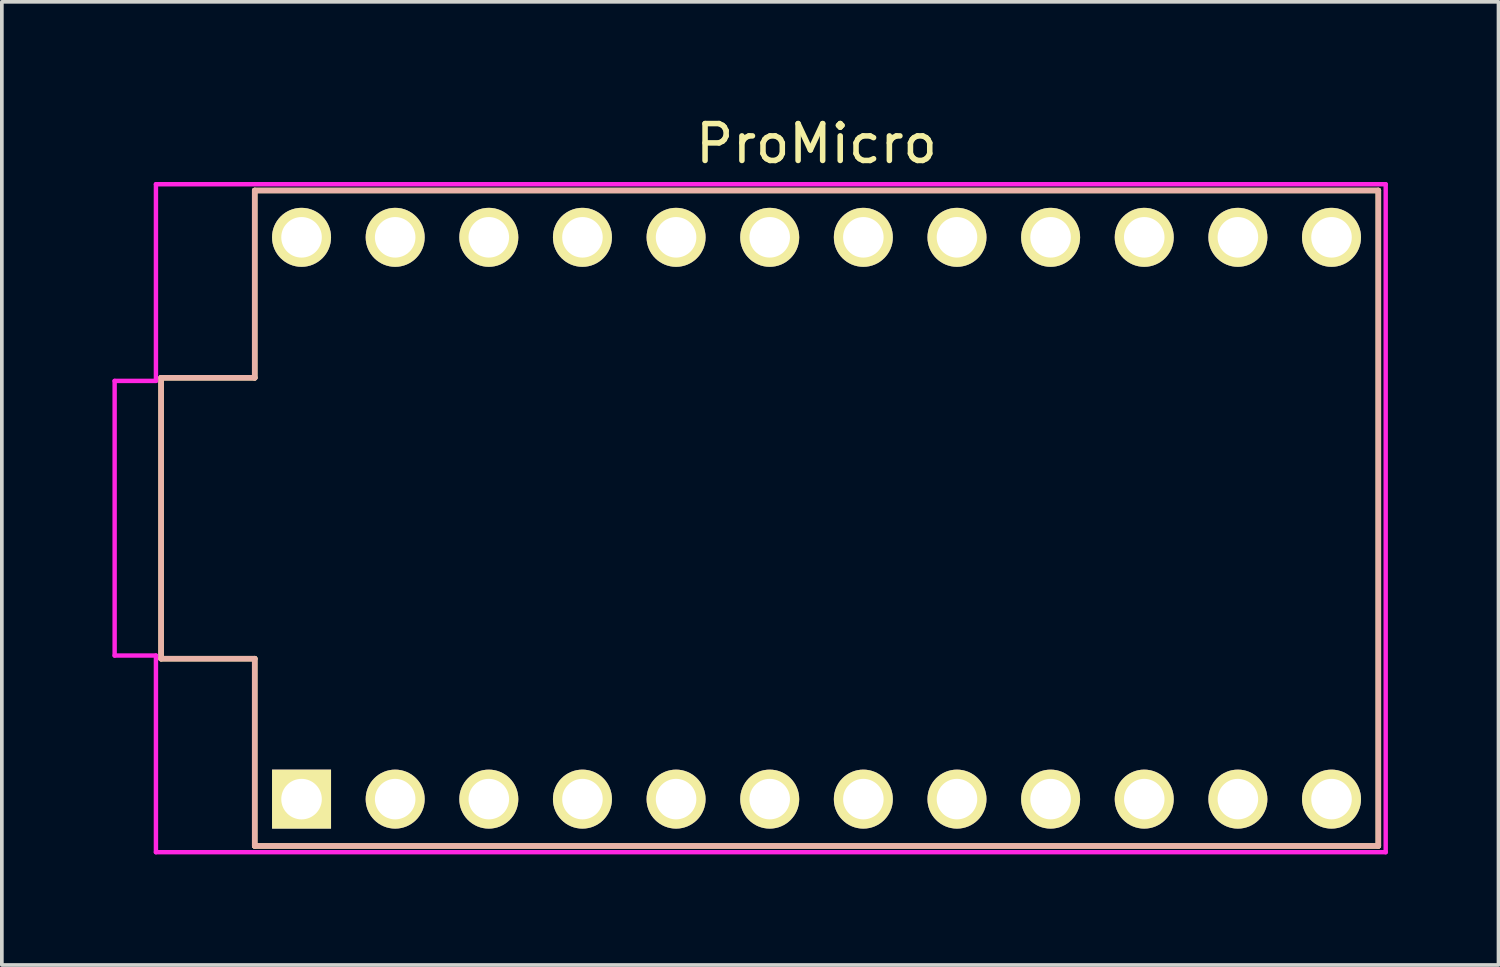
<source format=kicad_pcb>
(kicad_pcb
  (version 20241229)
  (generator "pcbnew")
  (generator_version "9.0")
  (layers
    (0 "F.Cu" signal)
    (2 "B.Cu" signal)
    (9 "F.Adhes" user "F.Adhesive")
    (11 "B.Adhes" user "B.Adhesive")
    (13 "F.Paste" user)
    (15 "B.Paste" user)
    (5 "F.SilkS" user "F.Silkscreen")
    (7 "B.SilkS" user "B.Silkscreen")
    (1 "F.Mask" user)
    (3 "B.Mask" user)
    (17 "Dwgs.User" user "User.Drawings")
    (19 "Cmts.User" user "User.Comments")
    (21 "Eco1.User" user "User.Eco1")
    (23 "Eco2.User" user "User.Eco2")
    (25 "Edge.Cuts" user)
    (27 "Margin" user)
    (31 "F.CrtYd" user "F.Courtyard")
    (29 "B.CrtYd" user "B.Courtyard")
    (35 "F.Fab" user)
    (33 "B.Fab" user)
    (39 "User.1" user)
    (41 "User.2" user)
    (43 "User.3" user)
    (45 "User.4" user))
  (footprint "ProMicro"
    (layer "F.Cu")
    (at 19.1 11.008)
    (property "Reference" "ProMicro" (at 0 -10.16 0) (layer "F.SilkS") (effects (font (size 1 1) (thickness 0.15))))
    (attr through_hole)
    (fp_line (start -17.78 -3.81) (end -15.24 -3.81) (stroke (width 0.15) (type solid)) (layer "F.SilkS"))
    (fp_line (start -17.78 3.81) (end -17.78 -3.81) (stroke (width 0.15) (type solid)) (layer "F.SilkS"))
    (fp_line (start -15.24 -8.89) (end 15.24 -8.89) (stroke (width 0.15) (type solid)) (layer "F.SilkS"))
    (fp_line (start -15.24 -3.81) (end -15.24 -8.89) (stroke (width 0.15) (type solid)) (layer "F.SilkS"))
    (fp_line (start -15.24 3.81) (end -17.78 3.81) (stroke (width 0.15) (type solid)) (layer "F.SilkS"))
    (fp_line (start -15.24 8.89) (end -15.24 3.81) (stroke (width 0.15) (type solid)) (layer "F.SilkS"))
    (fp_line (start -15.24 8.89) (end 15.24 8.89) (stroke (width 0.15) (type solid)) (layer "F.SilkS"))
    (fp_line (start 15.24 -8.89) (end 15.24 8.89) (stroke (width 0.15) (type solid)) (layer "F.SilkS"))
    (fp_line (start -17.78 -3.81) (end -15.24 -3.81) (stroke (width 0.15) (type solid)) (layer "B.SilkS"))
    (fp_line (start -17.78 3.81) (end -17.78 -3.81) (stroke (width 0.15) (type solid)) (layer "B.SilkS"))
    (fp_line (start -15.24 -8.89) (end 15.24 -8.89) (stroke (width 0.15) (type solid)) (layer "B.SilkS"))
    (fp_line (start -15.24 -3.81) (end -15.24 -8.89) (stroke (width 0.15) (type solid)) (layer "B.SilkS"))
    (fp_line (start -15.24 3.81) (end -17.78 3.81) (stroke (width 0.15) (type solid)) (layer "B.SilkS"))
    (fp_line (start -15.24 8.89) (end -15.24 3.81) (stroke (width 0.15) (type solid)) (layer "B.SilkS"))
    (fp_line (start 15.24 -8.89) (end 15.24 8.89) (stroke (width 0.15) (type solid)) (layer "B.SilkS"))
    (fp_line (start 15.24 8.89) (end -15.24 8.89) (stroke (width 0.15) (type solid)) (layer "B.SilkS"))
    (fp_line (start -19.04 -3.725) (end -19.04 3.725) (stroke (width 0.12) (type solid)) (layer "F.CrtYd"))
    (fp_line (start -17.92 -9.06) (end -17.92 -3.725) (stroke (width 0.12) (type solid)) (layer "F.CrtYd"))
    (fp_line (start -17.92 -9.06) (end 15.44 -9.06) (stroke (width 0.12) (type solid)) (layer "F.CrtYd"))
    (fp_line (start -17.92 -3.725) (end -19.04 -3.725) (stroke (width 0.12) (type solid)) (layer "F.CrtYd"))
    (fp_line (start -17.92 3.725) (end -19.04 3.725) (stroke (width 0.12) (type solid)) (layer "F.CrtYd"))
    (fp_line (start -17.92 3.725) (end -17.92 9.06) (stroke (width 0.12) (type solid)) (layer "F.CrtYd"))
    (fp_line (start -17.92 9.06) (end 15.44 9.06) (stroke (width 0.12) (type solid)) (layer "F.CrtYd"))
    (fp_line (start 15.44 9.06) (end 15.44 -9.06) (stroke (width 0.12) (type solid)) (layer "F.CrtYd"))
    (pad "1" thru_hole rect (at -13.97 7.62) (size 1.6 1.6) (drill 1.1) (layers "*.Cu" "*.Mask" "F.SilkS"))
    (pad "2" thru_hole circle (at -11.43 7.62) (size 1.6 1.6) (drill 1.1) (layers "*.Cu" "*.Mask" "F.SilkS"))
    (pad "3" thru_hole circle (at -8.89 7.62) (size 1.6 1.6) (drill 1.1) (layers "*.Cu" "*.Mask" "F.SilkS"))
    (pad "4" thru_hole circle (at -6.35 7.62) (size 1.6 1.6) (drill 1.1) (layers "*.Cu" "*.Mask" "F.SilkS"))
    (pad "5" thru_hole circle (at -3.81 7.62) (size 1.6 1.6) (drill 1.1) (layers "*.Cu" "*.Mask" "F.SilkS"))
    (pad "6" thru_hole circle (at -1.27 7.62) (size 1.6 1.6) (drill 1.1) (layers "*.Cu" "*.Mask" "F.SilkS"))
    (pad "7" thru_hole circle (at 1.27 7.62) (size 1.6 1.6) (drill 1.1) (layers "*.Cu" "*.Mask" "F.SilkS"))
    (pad "8" thru_hole circle (at 3.81 7.62) (size 1.6 1.6) (drill 1.1) (layers "*.Cu" "*.Mask" "F.SilkS"))
    (pad "9" thru_hole circle (at 6.35 7.62) (size 1.6 1.6) (drill 1.1) (layers "*.Cu" "*.Mask" "F.SilkS"))
    (pad "10" thru_hole circle (at 8.89 7.62) (size 1.6 1.6) (drill 1.1) (layers "*.Cu" "*.Mask" "F.SilkS"))
    (pad "11" thru_hole circle (at 11.43 7.62) (size 1.6 1.6) (drill 1.1) (layers "*.Cu" "*.Mask" "F.SilkS"))
    (pad "12" thru_hole circle (at 13.97 7.62) (size 1.6 1.6) (drill 1.1) (layers "*.Cu" "*.Mask" "F.SilkS"))
    (pad "13" thru_hole circle (at 13.97 -7.62) (size 1.6 1.6) (drill 1.1) (layers "*.Cu" "*.Mask" "F.SilkS"))
    (pad "14" thru_hole circle (at 11.43 -7.62) (size 1.6 1.6) (drill 1.1) (layers "*.Cu" "*.Mask" "F.SilkS"))
    (pad "15" thru_hole circle (at 8.89 -7.62) (size 1.6 1.6) (drill 1.1) (layers "*.Cu" "*.Mask" "F.SilkS"))
    (pad "16" thru_hole circle (at 6.35 -7.62) (size 1.6 1.6) (drill 1.1) (layers "*.Cu" "*.Mask" "F.SilkS"))
    (pad "17" thru_hole circle (at 3.81 -7.62) (size 1.6 1.6) (drill 1.1) (layers "*.Cu" "*.Mask" "F.SilkS"))
    (pad "18" thru_hole circle (at 1.27 -7.62) (size 1.6 1.6) (drill 1.1) (layers "*.Cu" "*.Mask" "F.SilkS"))
    (pad "19" thru_hole circle (at -1.27 -7.62) (size 1.6 1.6) (drill 1.1) (layers "*.Cu" "*.Mask" "F.SilkS"))
    (pad "20" thru_hole circle (at -3.81 -7.62) (size 1.6 1.6) (drill 1.1) (layers "*.Cu" "*.Mask" "F.SilkS"))
    (pad "21" thru_hole circle (at -6.35 -7.62) (size 1.6 1.6) (drill 1.1) (layers "*.Cu" "*.Mask" "F.SilkS"))
    (pad "22" thru_hole circle (at -8.89 -7.62) (size 1.6 1.6) (drill 1.1) (layers "*.Cu" "*.Mask" "F.SilkS"))
    (pad "23" thru_hole circle (at -11.43 -7.62) (size 1.6 1.6) (drill 1.1) (layers "*.Cu" "*.Mask" "F.SilkS"))
    (pad "24" thru_hole circle (at -13.97 -7.62) (size 1.6 1.6) (drill 1.1) (layers "*.Cu" "*.Mask" "F.SilkS")))
  (gr_rect
    (start -3 -3)
    (end 37.6 23.128)
    (stroke (width 0.1) (type default))
    (fill no)
    (layer "Edge.Cuts")))
</source>
